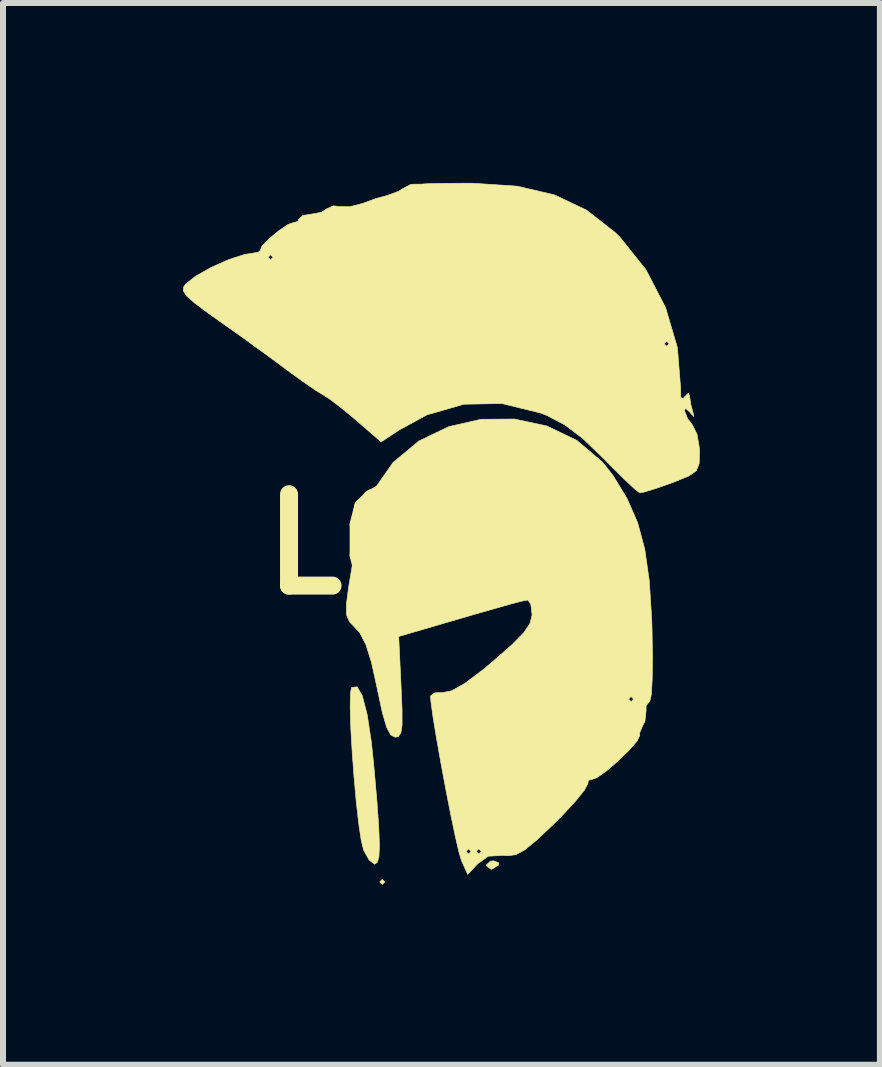
<source format=kicad_pcb>
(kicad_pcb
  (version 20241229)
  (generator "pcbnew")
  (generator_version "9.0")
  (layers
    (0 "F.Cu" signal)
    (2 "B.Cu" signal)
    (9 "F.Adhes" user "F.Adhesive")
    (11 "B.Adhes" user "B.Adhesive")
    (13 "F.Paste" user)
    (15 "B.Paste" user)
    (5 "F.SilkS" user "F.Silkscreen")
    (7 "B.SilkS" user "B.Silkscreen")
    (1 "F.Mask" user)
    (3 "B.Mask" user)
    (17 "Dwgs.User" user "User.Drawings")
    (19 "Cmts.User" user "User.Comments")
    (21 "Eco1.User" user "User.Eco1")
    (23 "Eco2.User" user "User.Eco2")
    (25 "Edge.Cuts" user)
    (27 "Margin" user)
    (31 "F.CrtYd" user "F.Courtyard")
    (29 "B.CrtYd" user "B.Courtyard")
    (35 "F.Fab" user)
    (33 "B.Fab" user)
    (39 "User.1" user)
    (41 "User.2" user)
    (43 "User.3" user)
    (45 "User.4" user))
  (footprint "LOGO"
    (layer "F.Cu")
    (at 4.382 6.025)
    (property "Reference" "LOGO" (at 0 0 0) (layer "F.SilkS") (effects (font (size 1.524 1.524) (thickness 0.3))))
    (attr through_hole)
    (fp_poly (pts (xy -1.016 5.63) (xy -1.058 5.673) (xy -1.101 5.63) (xy -1.058 5.588) (xy -1.016 5.63)) (stroke (width 0.01) (type solid)) (fill yes) (layer "F.SilkS"))
    (fp_poly (pts (xy 0.886 5.314) (xy 0.88 5.348) (xy 0.769 5.418) (xy 0.757 5.419) (xy 0.679 5.362) (xy 0.677 5.348) (xy 0.746 5.285) (xy 0.801 5.278) (xy 0.886 5.314)) (stroke (width 0.01) (type solid)) (fill yes) (layer "F.SilkS"))
    (fp_poly (pts (xy -1.39 2.528) (xy -1.31 2.839) (xy -1.239 3.304) (xy -1.198 3.703) (xy -1.147 4.282) (xy -1.117 4.712) (xy -1.105 5.012) (xy -1.113 5.203) (xy -1.14 5.304) (xy -1.186 5.334) (xy -1.187 5.334) (xy -1.278 5.264) (xy -1.369 5.101) (xy -1.409 4.937) (xy -1.451 4.655) (xy -1.492 4.291) (xy -1.529 3.88) (xy -1.56 3.459) (xy -1.583 3.064) (xy -1.593 2.73) (xy -1.59 2.492) (xy -1.571 2.389) (xy -1.477 2.377) (xy -1.39 2.528)) (stroke (width 0.01) (type solid)) (fill yes) (layer "F.SilkS"))
    (fp_poly (pts (xy 0.452 -6.02) (xy 1.19 -5.971) (xy 1.812 -5.826) (xy 2.347 -5.572) (xy 2.824 -5.199) (xy 2.899 -5.127) (xy 3.338 -4.579) (xy 3.665 -3.949) (xy 3.863 -3.279) (xy 3.915 -2.627) (xy 3.92 -2.448) (xy 3.957 -2.424) (xy 3.983 -2.458) (xy 4.048 -2.52) (xy 4.063 -2.483) (xy 4.089 -2.322) (xy 4.114 -2.229) (xy 4.139 -2.129) (xy 4.09 -2.178) (xy 4.073 -2.201) (xy 3.998 -2.267) (xy 3.981 -2.229) (xy 4.034 -2.092) (xy 4.106 -2.002) (xy 4.19 -1.836) (xy 4.232 -1.589) (xy 4.233 -1.536) (xy 4.226 -1.344) (xy 4.178 -1.225) (xy 4.051 -1.137) (xy 3.808 -1.038) (xy 3.764 -1.022) (xy 3.504 -0.93) (xy 3.309 -0.87) (xy 3.235 -0.857) (xy 3.154 -0.919) (xy 2.985 -1.076) (xy 2.758 -1.3) (xy 2.625 -1.436) (xy 2.285 -1.764) (xy 1.99 -1.988) (xy 1.692 -2.145) (xy 1.584 -2.188) (xy 0.938 -2.346) (xy 0.304 -2.335) (xy -0.314 -2.157) (xy -0.771 -1.908) (xy -1.077 -1.707) (xy -1.491 -2.066) (xy -1.726 -2.262) (xy -1.925 -2.414) (xy -2.032 -2.483) (xy -2.159 -2.56) (xy -2.376 -2.709) (xy -2.639 -2.9) (xy -2.667 -2.921) (xy -2.995 -3.163) (xy -3.245 -3.344) (xy 3.641 -3.344) (xy 3.683 -3.302) (xy 3.725 -3.344) (xy 3.683 -3.387) (xy 3.641 -3.344) (xy -3.245 -3.344) (xy -3.342 -3.415) (xy -3.598 -3.597) (xy -3.955 -3.849) (xy -4.19 -4.025) (xy -4.325 -4.145) (xy -4.377 -4.228) (xy -4.368 -4.294) (xy -4.339 -4.336) (xy -4.172 -4.469) (xy -3.908 -4.618) (xy -3.613 -4.749) (xy -3.504 -4.784) (xy -2.963 -4.784) (xy -2.921 -4.741) (xy -2.879 -4.784) (xy -2.921 -4.826) (xy -2.963 -4.784) (xy -3.504 -4.784) (xy -3.353 -4.832) (xy -3.276 -4.844) (xy -3.126 -4.869) (xy -3.092 -4.898) (xy -3.064 -4.972) (xy -2.943 -5.096) (xy -2.779 -5.231) (xy -2.624 -5.335) (xy -2.526 -5.367) (xy -2.522 -5.365) (xy -2.459 -5.387) (xy -2.455 -5.414) (xy -2.383 -5.482) (xy -2.249 -5.503) (xy -2.068 -5.536) (xy -1.988 -5.591) (xy -1.873 -5.643) (xy -1.782 -5.632) (xy -1.598 -5.628) (xy -1.387 -5.683) (xy -1.156 -5.767) (xy -0.98 -5.814) (xy -0.788 -5.884) (xy -0.714 -5.931) (xy -0.581 -6.001) (xy -0.538 -6.004) (xy -0.39 -6.005) (xy -0.381 -6.007) (xy -0.263 -6.014) (xy -0.019 -6.018) (xy 0.305 -6.02) (xy 0.452 -6.02)) (stroke (width 0.01) (type solid)) (fill yes) (layer "F.SilkS"))
    (fp_poly (pts (xy 1.687 -1.972) (xy 2.185 -1.733) (xy 2.614 -1.37) (xy 2.789 -1.148) (xy 3.026 -0.758) (xy 3.2 -0.36) (xy 3.319 0.082) (xy 3.394 0.608) (xy 3.435 1.255) (xy 3.44 1.418) (xy 3.448 1.883) (xy 3.443 2.255) (xy 3.428 2.508) (xy 3.402 2.621) (xy 3.395 2.625) (xy 3.341 2.693) (xy 3.341 2.773) (xy 3.322 2.954) (xy 3.288 3.018) (xy 3.232 3.149) (xy 3.235 3.187) (xy 3.193 3.279) (xy 3.06 3.432) (xy 2.877 3.61) (xy 2.684 3.776) (xy 2.521 3.892) (xy 2.429 3.924) (xy 2.426 3.922) (xy 2.378 3.937) (xy 2.371 3.99) (xy 2.313 4.099) (xy 2.158 4.291) (xy 1.934 4.533) (xy 1.796 4.669) (xy 1.517 4.933) (xy 1.32 5.094) (xy 1.172 5.175) (xy 1.039 5.194) (xy 0.961 5.187) (xy 0.708 5.202) (xy 0.533 5.327) (xy 0.367 5.505) (xy 0.263 5.277) (xy 0.221 5.135) (xy 0.218 5.122) (xy 0.339 5.122) (xy 0.381 5.165) (xy 0.423 5.122) (xy 0.508 5.122) (xy 0.55 5.165) (xy 0.593 5.122) (xy 0.55 5.08) (xy 0.508 5.122) (xy 0.423 5.122) (xy 0.381 5.08) (xy 0.339 5.122) (xy 0.218 5.122) (xy 0.158 4.863) (xy 0.082 4.5) (xy 0.000444 4.082) (xy -0.08 3.649) (xy -0.153 3.237) (xy -0.211 2.885) (xy -0.246 2.63) (xy -0.25 2.582) (xy 3.048 2.582) (xy 3.09 2.625) (xy 3.133 2.582) (xy 3.09 2.54) (xy 3.048 2.582) (xy -0.25 2.582) (xy -0.254 2.53) (xy -0.183 2.477) (xy -0.054 2.473) (xy 0.099 2.444) (xy 0.321 2.319) (xy 0.63 2.085) (xy 0.793 1.949) (xy 1.104 1.676) (xy 1.301 1.475) (xy 1.405 1.321) (xy 1.439 1.185) (xy 1.439 1.166) (xy 1.418 0.996) (xy 1.37 0.931) (xy 1.324 0.937) (xy 1.233 0.957) (xy 1.076 0.999) (xy 0.83 1.069) (xy 0.472 1.171) (xy -0.018 1.314) (xy -0.201 1.368) (xy -0.784 1.538) (xy -0.744 2.378) (xy -0.728 2.764) (xy -0.728 3.011) (xy -0.748 3.148) (xy -0.791 3.207) (xy -0.843 3.217) (xy -0.917 3.18) (xy -0.985 3.053) (xy -1.056 2.809) (xy -1.139 2.424) (xy -1.143 2.401) (xy -1.238 1.969) (xy -1.331 1.673) (xy -1.431 1.48) (xy -1.501 1.402) (xy -1.605 1.292) (xy -1.655 1.177) (xy -1.657 1.007) (xy -1.621 0.73) (xy -1.612 0.673) (xy -1.527 0.165) (xy -1.449 -0.215) (xy -1.369 -0.507) (xy -1.275 -0.751) (xy -1.204 -0.897) (xy -0.876 -1.366) (xy -0.448 -1.721) (xy 0.05 -1.961) (xy 0.591 -2.084) (xy 1.146 -2.088) (xy 1.687 -1.972)) (stroke (width 0.01) (type solid)) (fill yes) (layer "F.SilkS")))
  (gr_rect
    (start -3 -3)
    (end 11.621 14.703)
    (stroke (width 0.1) (type default))
    (fill no)
    (layer "Edge.Cuts")))
</source>
